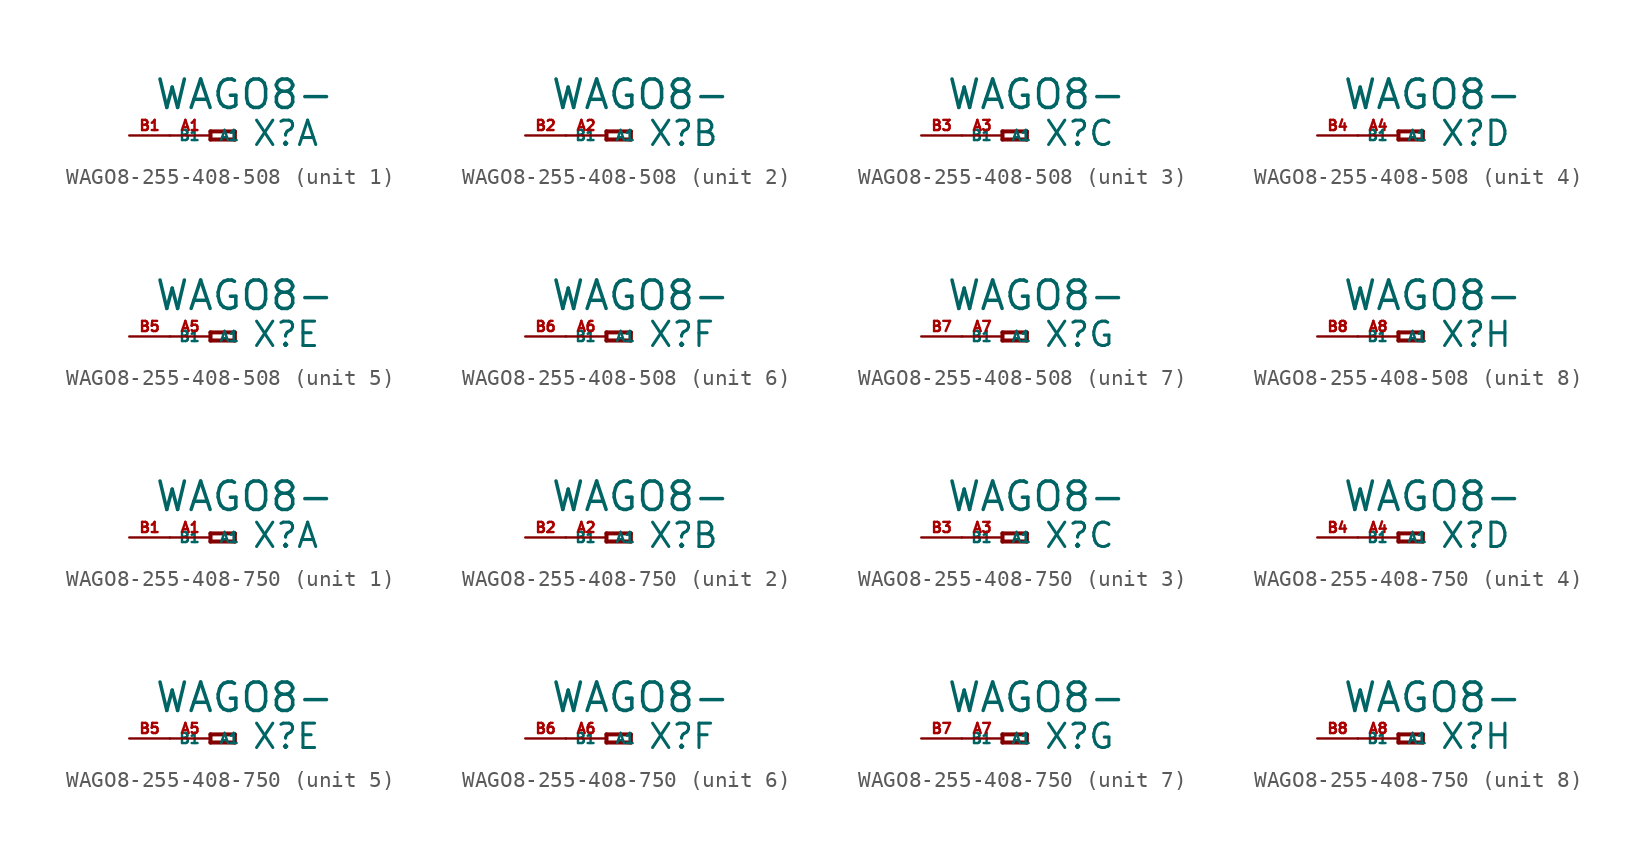
<source format=kicad_sym>
(kicad_symbol_lib
  (version 20220914)
  (generator Eagle2Kicad)
  (symbol "WAGO8-255-408-508"
    (property "Reference" "X"
      (at 2.54 -0.762 0)
      (effects (font (size 1.524 1.524) (thickness 0.19)) (justify left bottom)))
    (property "Value" "WAGO8-"
      (at -3.556 1.524 0)
      (effects (font (size 1.778 1.778) (thickness 0.22)) (justify left bottom)))
    (symbol "WAGO8-255-408-508_1_0"
      (polyline (pts (xy 0 0.254) (xy 0 -0.254)) (stroke (width 0.254) (type default)) (fill (type none)))
      (polyline (pts (xy 0 -0.254) (xy 1.524 -0.254)) (stroke (width 0.254) (type default)) (fill (type none)))
      (polyline (pts (xy 1.524 -0.254) (xy 1.524 0.254)) (stroke (width 0.254) (type default)) (fill (type none)))
      (polyline (pts (xy 1.524 0.254) (xy 0 0.254)) (stroke (width 0.254) (type default)) (fill (type none)))
      (pin passive line (at -2.54 0 0) (length 2.54) (name "A1" (effects (font (size 0.635 0.635) (thickness 0.08)) (justify left bottom))) (number "A1" (effects (font (size 0.635 0.635) (thickness 0.08)) (justify left bottom))))
      (pin passive line (at -5.08 0 0) (length 2.54) (name "B1" (effects (font (size 0.635 0.635) (thickness 0.08)) (justify left bottom))) (number "B1" (effects (font (size 0.635 0.635) (thickness 0.08)) (justify left bottom)))))
    (symbol "WAGO8-255-408-508_2_0"
      (polyline (pts (xy 0 0.254) (xy 0 -0.254)) (stroke (width 0.254) (type default)) (fill (type none)))
      (polyline (pts (xy 0 -0.254) (xy 1.524 -0.254)) (stroke (width 0.254) (type default)) (fill (type none)))
      (polyline (pts (xy 1.524 -0.254) (xy 1.524 0.254)) (stroke (width 0.254) (type default)) (fill (type none)))
      (polyline (pts (xy 1.524 0.254) (xy 0 0.254)) (stroke (width 0.254) (type default)) (fill (type none)))
      (pin passive line (at -2.54 0 0) (length 2.54) (name "A1" (effects (font (size 0.635 0.635) (thickness 0.08)) (justify left bottom))) (number "A2" (effects (font (size 0.635 0.635) (thickness 0.08)) (justify left bottom))))
      (pin passive line (at -5.08 0 0) (length 2.54) (name "B1" (effects (font (size 0.635 0.635) (thickness 0.08)) (justify left bottom))) (number "B2" (effects (font (size 0.635 0.635) (thickness 0.08)) (justify left bottom)))))
    (symbol "WAGO8-255-408-508_3_0"
      (polyline (pts (xy 0 0.254) (xy 0 -0.254)) (stroke (width 0.254) (type default)) (fill (type none)))
      (polyline (pts (xy 0 -0.254) (xy 1.524 -0.254)) (stroke (width 0.254) (type default)) (fill (type none)))
      (polyline (pts (xy 1.524 -0.254) (xy 1.524 0.254)) (stroke (width 0.254) (type default)) (fill (type none)))
      (polyline (pts (xy 1.524 0.254) (xy 0 0.254)) (stroke (width 0.254) (type default)) (fill (type none)))
      (pin passive line (at -2.54 0 0) (length 2.54) (name "A1" (effects (font (size 0.635 0.635) (thickness 0.08)) (justify left bottom))) (number "A3" (effects (font (size 0.635 0.635) (thickness 0.08)) (justify left bottom))))
      (pin passive line (at -5.08 0 0) (length 2.54) (name "B1" (effects (font (size 0.635 0.635) (thickness 0.08)) (justify left bottom))) (number "B3" (effects (font (size 0.635 0.635) (thickness 0.08)) (justify left bottom)))))
    (symbol "WAGO8-255-408-508_4_0"
      (polyline (pts (xy 0 0.254) (xy 0 -0.254)) (stroke (width 0.254) (type default)) (fill (type none)))
      (polyline (pts (xy 0 -0.254) (xy 1.524 -0.254)) (stroke (width 0.254) (type default)) (fill (type none)))
      (polyline (pts (xy 1.524 -0.254) (xy 1.524 0.254)) (stroke (width 0.254) (type default)) (fill (type none)))
      (polyline (pts (xy 1.524 0.254) (xy 0 0.254)) (stroke (width 0.254) (type default)) (fill (type none)))
      (pin passive line (at -2.54 0 0) (length 2.54) (name "A1" (effects (font (size 0.635 0.635) (thickness 0.08)) (justify left bottom))) (number "A4" (effects (font (size 0.635 0.635) (thickness 0.08)) (justify left bottom))))
      (pin passive line (at -5.08 0 0) (length 2.54) (name "B1" (effects (font (size 0.635 0.635) (thickness 0.08)) (justify left bottom))) (number "B4" (effects (font (size 0.635 0.635) (thickness 0.08)) (justify left bottom)))))
    (symbol "WAGO8-255-408-508_5_0"
      (polyline (pts (xy 0 0.254) (xy 0 -0.254)) (stroke (width 0.254) (type default)) (fill (type none)))
      (polyline (pts (xy 0 -0.254) (xy 1.524 -0.254)) (stroke (width 0.254) (type default)) (fill (type none)))
      (polyline (pts (xy 1.524 -0.254) (xy 1.524 0.254)) (stroke (width 0.254) (type default)) (fill (type none)))
      (polyline (pts (xy 1.524 0.254) (xy 0 0.254)) (stroke (width 0.254) (type default)) (fill (type none)))
      (pin passive line (at -2.54 0 0) (length 2.54) (name "A1" (effects (font (size 0.635 0.635) (thickness 0.08)) (justify left bottom))) (number "A5" (effects (font (size 0.635 0.635) (thickness 0.08)) (justify left bottom))))
      (pin passive line (at -5.08 0 0) (length 2.54) (name "B1" (effects (font (size 0.635 0.635) (thickness 0.08)) (justify left bottom))) (number "B5" (effects (font (size 0.635 0.635) (thickness 0.08)) (justify left bottom)))))
    (symbol "WAGO8-255-408-508_6_0"
      (polyline (pts (xy 0 0.254) (xy 0 -0.254)) (stroke (width 0.254) (type default)) (fill (type none)))
      (polyline (pts (xy 0 -0.254) (xy 1.524 -0.254)) (stroke (width 0.254) (type default)) (fill (type none)))
      (polyline (pts (xy 1.524 -0.254) (xy 1.524 0.254)) (stroke (width 0.254) (type default)) (fill (type none)))
      (polyline (pts (xy 1.524 0.254) (xy 0 0.254)) (stroke (width 0.254) (type default)) (fill (type none)))
      (pin passive line (at -2.54 0 0) (length 2.54) (name "A1" (effects (font (size 0.635 0.635) (thickness 0.08)) (justify left bottom))) (number "A6" (effects (font (size 0.635 0.635) (thickness 0.08)) (justify left bottom))))
      (pin passive line (at -5.08 0 0) (length 2.54) (name "B1" (effects (font (size 0.635 0.635) (thickness 0.08)) (justify left bottom))) (number "B6" (effects (font (size 0.635 0.635) (thickness 0.08)) (justify left bottom)))))
    (symbol "WAGO8-255-408-508_7_0"
      (polyline (pts (xy 0 0.254) (xy 0 -0.254)) (stroke (width 0.254) (type default)) (fill (type none)))
      (polyline (pts (xy 0 -0.254) (xy 1.524 -0.254)) (stroke (width 0.254) (type default)) (fill (type none)))
      (polyline (pts (xy 1.524 -0.254) (xy 1.524 0.254)) (stroke (width 0.254) (type default)) (fill (type none)))
      (polyline (pts (xy 1.524 0.254) (xy 0 0.254)) (stroke (width 0.254) (type default)) (fill (type none)))
      (pin passive line (at -2.54 0 0) (length 2.54) (name "A1" (effects (font (size 0.635 0.635) (thickness 0.08)) (justify left bottom))) (number "A7" (effects (font (size 0.635 0.635) (thickness 0.08)) (justify left bottom))))
      (pin passive line (at -5.08 0 0) (length 2.54) (name "B1" (effects (font (size 0.635 0.635) (thickness 0.08)) (justify left bottom))) (number "B7" (effects (font (size 0.635 0.635) (thickness 0.08)) (justify left bottom)))))
    (symbol "WAGO8-255-408-508_8_0"
      (polyline (pts (xy 0 0.254) (xy 0 -0.254)) (stroke (width 0.254) (type default)) (fill (type none)))
      (polyline (pts (xy 0 -0.254) (xy 1.524 -0.254)) (stroke (width 0.254) (type default)) (fill (type none)))
      (polyline (pts (xy 1.524 -0.254) (xy 1.524 0.254)) (stroke (width 0.254) (type default)) (fill (type none)))
      (polyline (pts (xy 1.524 0.254) (xy 0 0.254)) (stroke (width 0.254) (type default)) (fill (type none)))
      (pin passive line (at -2.54 0 0) (length 2.54) (name "A1" (effects (font (size 0.635 0.635) (thickness 0.08)) (justify left bottom))) (number "A8" (effects (font (size 0.635 0.635) (thickness 0.08)) (justify left bottom))))
      (pin passive line (at -5.08 0 0) (length 2.54) (name "B1" (effects (font (size 0.635 0.635) (thickness 0.08)) (justify left bottom))) (number "B8" (effects (font (size 0.635 0.635) (thickness 0.08)) (justify left bottom))))))
  (symbol "WAGO8-255-408-750"
    (property "Reference" "X"
      (at 2.54 -0.762 0)
      (effects (font (size 1.524 1.524) (thickness 0.19)) (justify left bottom)))
    (property "Value" "WAGO8-"
      (at -3.556 1.524 0)
      (effects (font (size 1.778 1.778) (thickness 0.22)) (justify left bottom)))
    (symbol "WAGO8-255-408-750_1_0"
      (polyline (pts (xy 0 0.254) (xy 0 -0.254)) (stroke (width 0.254) (type default)) (fill (type none)))
      (polyline (pts (xy 0 -0.254) (xy 1.524 -0.254)) (stroke (width 0.254) (type default)) (fill (type none)))
      (polyline (pts (xy 1.524 -0.254) (xy 1.524 0.254)) (stroke (width 0.254) (type default)) (fill (type none)))
      (polyline (pts (xy 1.524 0.254) (xy 0 0.254)) (stroke (width 0.254) (type default)) (fill (type none)))
      (pin passive line (at -2.54 0 0) (length 2.54) (name "A1" (effects (font (size 0.635 0.635) (thickness 0.08)) (justify left bottom))) (number "A1" (effects (font (size 0.635 0.635) (thickness 0.08)) (justify left bottom))))
      (pin passive line (at -5.08 0 0) (length 2.54) (name "B1" (effects (font (size 0.635 0.635) (thickness 0.08)) (justify left bottom))) (number "B1" (effects (font (size 0.635 0.635) (thickness 0.08)) (justify left bottom)))))
    (symbol "WAGO8-255-408-750_2_0"
      (polyline (pts (xy 0 0.254) (xy 0 -0.254)) (stroke (width 0.254) (type default)) (fill (type none)))
      (polyline (pts (xy 0 -0.254) (xy 1.524 -0.254)) (stroke (width 0.254) (type default)) (fill (type none)))
      (polyline (pts (xy 1.524 -0.254) (xy 1.524 0.254)) (stroke (width 0.254) (type default)) (fill (type none)))
      (polyline (pts (xy 1.524 0.254) (xy 0 0.254)) (stroke (width 0.254) (type default)) (fill (type none)))
      (pin passive line (at -2.54 0 0) (length 2.54) (name "A1" (effects (font (size 0.635 0.635) (thickness 0.08)) (justify left bottom))) (number "A2" (effects (font (size 0.635 0.635) (thickness 0.08)) (justify left bottom))))
      (pin passive line (at -5.08 0 0) (length 2.54) (name "B1" (effects (font (size 0.635 0.635) (thickness 0.08)) (justify left bottom))) (number "B2" (effects (font (size 0.635 0.635) (thickness 0.08)) (justify left bottom)))))
    (symbol "WAGO8-255-408-750_3_0"
      (polyline (pts (xy 0 0.254) (xy 0 -0.254)) (stroke (width 0.254) (type default)) (fill (type none)))
      (polyline (pts (xy 0 -0.254) (xy 1.524 -0.254)) (stroke (width 0.254) (type default)) (fill (type none)))
      (polyline (pts (xy 1.524 -0.254) (xy 1.524 0.254)) (stroke (width 0.254) (type default)) (fill (type none)))
      (polyline (pts (xy 1.524 0.254) (xy 0 0.254)) (stroke (width 0.254) (type default)) (fill (type none)))
      (pin passive line (at -2.54 0 0) (length 2.54) (name "A1" (effects (font (size 0.635 0.635) (thickness 0.08)) (justify left bottom))) (number "A3" (effects (font (size 0.635 0.635) (thickness 0.08)) (justify left bottom))))
      (pin passive line (at -5.08 0 0) (length 2.54) (name "B1" (effects (font (size 0.635 0.635) (thickness 0.08)) (justify left bottom))) (number "B3" (effects (font (size 0.635 0.635) (thickness 0.08)) (justify left bottom)))))
    (symbol "WAGO8-255-408-750_4_0"
      (polyline (pts (xy 0 0.254) (xy 0 -0.254)) (stroke (width 0.254) (type default)) (fill (type none)))
      (polyline (pts (xy 0 -0.254) (xy 1.524 -0.254)) (stroke (width 0.254) (type default)) (fill (type none)))
      (polyline (pts (xy 1.524 -0.254) (xy 1.524 0.254)) (stroke (width 0.254) (type default)) (fill (type none)))
      (polyline (pts (xy 1.524 0.254) (xy 0 0.254)) (stroke (width 0.254) (type default)) (fill (type none)))
      (pin passive line (at -2.54 0 0) (length 2.54) (name "A1" (effects (font (size 0.635 0.635) (thickness 0.08)) (justify left bottom))) (number "A4" (effects (font (size 0.635 0.635) (thickness 0.08)) (justify left bottom))))
      (pin passive line (at -5.08 0 0) (length 2.54) (name "B1" (effects (font (size 0.635 0.635) (thickness 0.08)) (justify left bottom))) (number "B4" (effects (font (size 0.635 0.635) (thickness 0.08)) (justify left bottom)))))
    (symbol "WAGO8-255-408-750_5_0"
      (polyline (pts (xy 0 0.254) (xy 0 -0.254)) (stroke (width 0.254) (type default)) (fill (type none)))
      (polyline (pts (xy 0 -0.254) (xy 1.524 -0.254)) (stroke (width 0.254) (type default)) (fill (type none)))
      (polyline (pts (xy 1.524 -0.254) (xy 1.524 0.254)) (stroke (width 0.254) (type default)) (fill (type none)))
      (polyline (pts (xy 1.524 0.254) (xy 0 0.254)) (stroke (width 0.254) (type default)) (fill (type none)))
      (pin passive line (at -2.54 0 0) (length 2.54) (name "A1" (effects (font (size 0.635 0.635) (thickness 0.08)) (justify left bottom))) (number "A5" (effects (font (size 0.635 0.635) (thickness 0.08)) (justify left bottom))))
      (pin passive line (at -5.08 0 0) (length 2.54) (name "B1" (effects (font (size 0.635 0.635) (thickness 0.08)) (justify left bottom))) (number "B5" (effects (font (size 0.635 0.635) (thickness 0.08)) (justify left bottom)))))
    (symbol "WAGO8-255-408-750_6_0"
      (polyline (pts (xy 0 0.254) (xy 0 -0.254)) (stroke (width 0.254) (type default)) (fill (type none)))
      (polyline (pts (xy 0 -0.254) (xy 1.524 -0.254)) (stroke (width 0.254) (type default)) (fill (type none)))
      (polyline (pts (xy 1.524 -0.254) (xy 1.524 0.254)) (stroke (width 0.254) (type default)) (fill (type none)))
      (polyline (pts (xy 1.524 0.254) (xy 0 0.254)) (stroke (width 0.254) (type default)) (fill (type none)))
      (pin passive line (at -2.54 0 0) (length 2.54) (name "A1" (effects (font (size 0.635 0.635) (thickness 0.08)) (justify left bottom))) (number "A6" (effects (font (size 0.635 0.635) (thickness 0.08)) (justify left bottom))))
      (pin passive line (at -5.08 0 0) (length 2.54) (name "B1" (effects (font (size 0.635 0.635) (thickness 0.08)) (justify left bottom))) (number "B6" (effects (font (size 0.635 0.635) (thickness 0.08)) (justify left bottom)))))
    (symbol "WAGO8-255-408-750_7_0"
      (polyline (pts (xy 0 0.254) (xy 0 -0.254)) (stroke (width 0.254) (type default)) (fill (type none)))
      (polyline (pts (xy 0 -0.254) (xy 1.524 -0.254)) (stroke (width 0.254) (type default)) (fill (type none)))
      (polyline (pts (xy 1.524 -0.254) (xy 1.524 0.254)) (stroke (width 0.254) (type default)) (fill (type none)))
      (polyline (pts (xy 1.524 0.254) (xy 0 0.254)) (stroke (width 0.254) (type default)) (fill (type none)))
      (pin passive line (at -2.54 0 0) (length 2.54) (name "A1" (effects (font (size 0.635 0.635) (thickness 0.08)) (justify left bottom))) (number "A7" (effects (font (size 0.635 0.635) (thickness 0.08)) (justify left bottom))))
      (pin passive line (at -5.08 0 0) (length 2.54) (name "B1" (effects (font (size 0.635 0.635) (thickness 0.08)) (justify left bottom))) (number "B7" (effects (font (size 0.635 0.635) (thickness 0.08)) (justify left bottom)))))
    (symbol "WAGO8-255-408-750_8_0"
      (polyline (pts (xy 0 0.254) (xy 0 -0.254)) (stroke (width 0.254) (type default)) (fill (type none)))
      (polyline (pts (xy 0 -0.254) (xy 1.524 -0.254)) (stroke (width 0.254) (type default)) (fill (type none)))
      (polyline (pts (xy 1.524 -0.254) (xy 1.524 0.254)) (stroke (width 0.254) (type default)) (fill (type none)))
      (polyline (pts (xy 1.524 0.254) (xy 0 0.254)) (stroke (width 0.254) (type default)) (fill (type none)))
      (pin passive line (at -2.54 0 0) (length 2.54) (name "A1" (effects (font (size 0.635 0.635) (thickness 0.08)) (justify left bottom))) (number "A8" (effects (font (size 0.635 0.635) (thickness 0.08)) (justify left bottom))))
      (pin passive line (at -5.08 0 0) (length 2.54) (name "B1" (effects (font (size 0.635 0.635) (thickness 0.08)) (justify left bottom))) (number "B8" (effects (font (size 0.635 0.635) (thickness 0.08)) (justify left bottom)))))))
</source>
